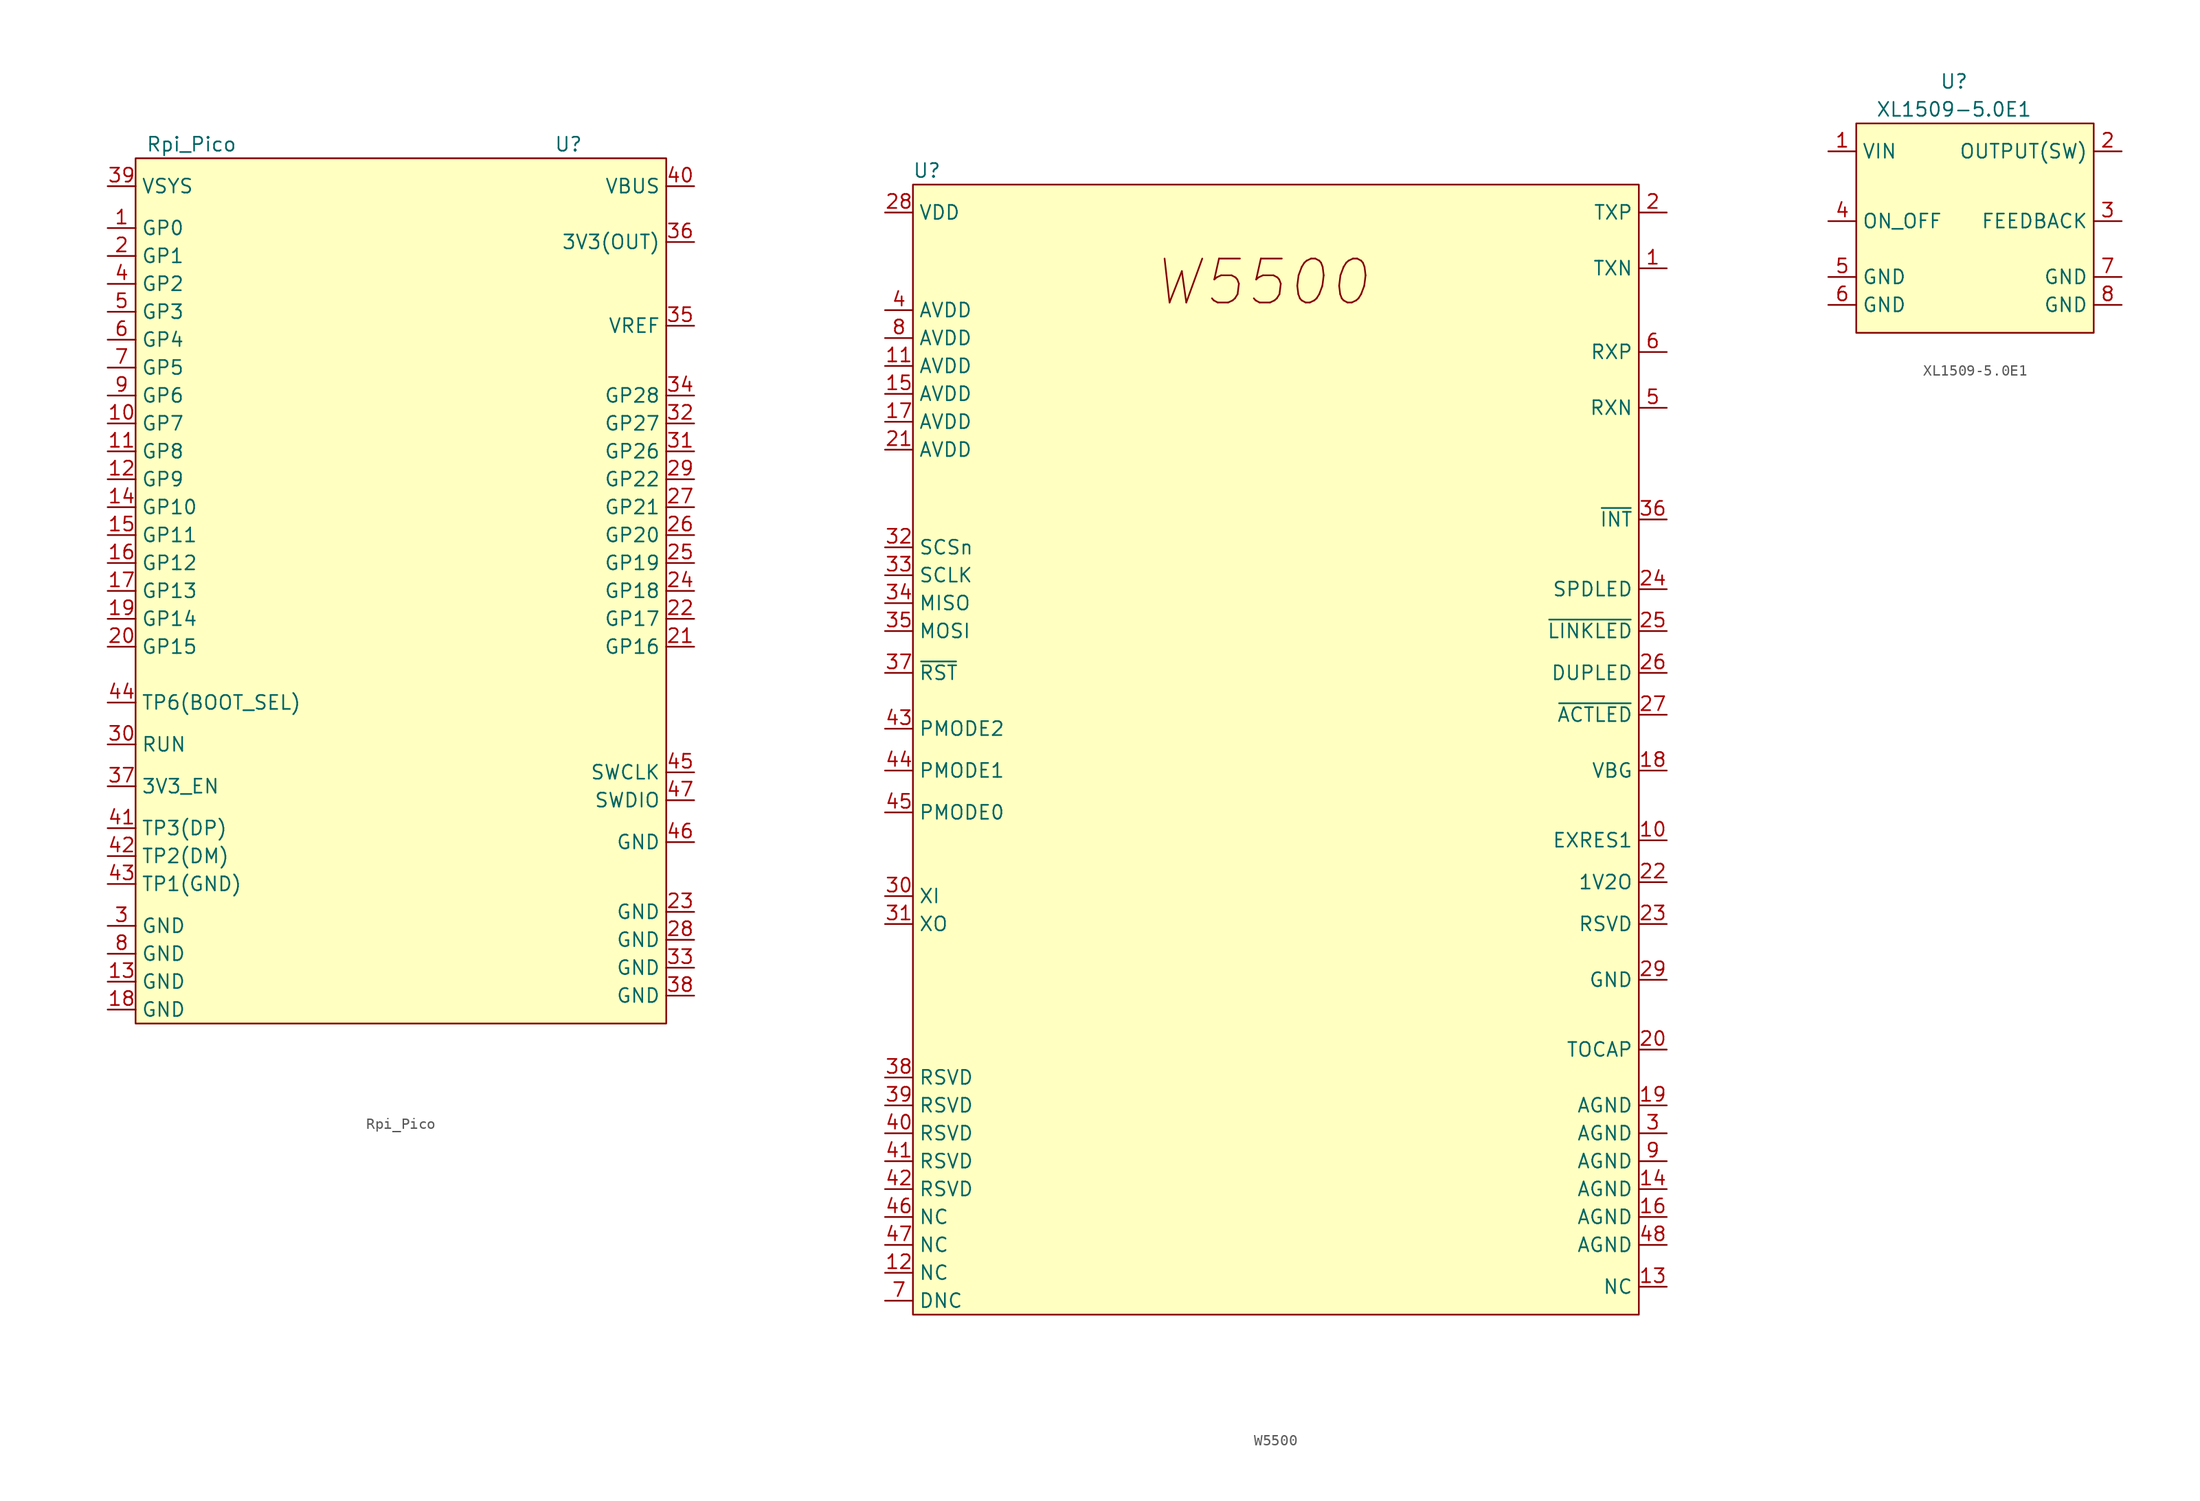
<source format=kicad_sym>
(kicad_symbol_lib
  (version 20220914)
  (generator kicad_symbol_editor)
  (symbol "Rpi_Pico"
    (property "Reference" "U"
      (at 39.37 1.27 0)
      (effects (font (size 1.27 1.27))))
    (property "Value" "Rpi_Pico"
      (at 5.08 1.27 0)
      (effects (font (size 1.27 1.27))))
    (symbol "Rpi_Pico_0_1"
      (rectangle (start 0 0) (end 48.26 -78.74) (stroke (width 0.152) (type default)) (fill (type background))))
    (symbol "Rpi_Pico_1_1"
      (pin passive line (at -2.54 -6.35 0) (length 2.54) (name "GP0" (effects (font (size 1.27 1.27)))) (number "1" (effects (font (size 1.27 1.27)))))
      (pin passive line (at -2.54 -24.13 0) (length 2.54) (name "GP7" (effects (font (size 1.27 1.27)))) (number "10" (effects (font (size 1.27 1.27)))))
      (pin passive line (at -2.54 -26.67 0) (length 2.54) (name "GP8" (effects (font (size 1.27 1.27)))) (number "11" (effects (font (size 1.27 1.27)))))
      (pin passive line (at -2.54 -29.21 0) (length 2.54) (name "GP9" (effects (font (size 1.27 1.27)))) (number "12" (effects (font (size 1.27 1.27)))))
      (pin power_in line (at -2.54 -74.93 0) (length 2.54) (name "GND" (effects (font (size 1.27 1.27)))) (number "13" (effects (font (size 1.27 1.27)))))
      (pin passive line (at -2.54 -31.75 0) (length 2.54) (name "GP10" (effects (font (size 1.27 1.27)))) (number "14" (effects (font (size 1.27 1.27)))))
      (pin passive line (at -2.54 -34.29 0) (length 2.54) (name "GP11" (effects (font (size 1.27 1.27)))) (number "15" (effects (font (size 1.27 1.27)))))
      (pin passive line (at -2.54 -36.83 0) (length 2.54) (name "GP12" (effects (font (size 1.27 1.27)))) (number "16" (effects (font (size 1.27 1.27)))))
      (pin passive line (at -2.54 -39.37 0) (length 2.54) (name "GP13" (effects (font (size 1.27 1.27)))) (number "17" (effects (font (size 1.27 1.27)))))
      (pin power_in line (at -2.54 -77.47 0) (length 2.54) (name "GND" (effects (font (size 1.27 1.27)))) (number "18" (effects (font (size 1.27 1.27)))))
      (pin passive line (at -2.54 -41.91 0) (length 2.54) (name "GP14" (effects (font (size 1.27 1.27)))) (number "19" (effects (font (size 1.27 1.27)))))
      (pin passive line (at -2.54 -8.89 0) (length 2.54) (name "GP1" (effects (font (size 1.27 1.27)))) (number "2" (effects (font (size 1.27 1.27)))))
      (pin passive line (at -2.54 -44.45 0) (length 2.54) (name "GP15" (effects (font (size 1.27 1.27)))) (number "20" (effects (font (size 1.27 1.27)))))
      (pin passive line (at 50.8 -44.45 180) (length 2.54) (name "GP16" (effects (font (size 1.27 1.27)))) (number "21" (effects (font (size 1.27 1.27)))))
      (pin passive line (at 50.8 -41.91 180) (length 2.54) (name "GP17" (effects (font (size 1.27 1.27)))) (number "22" (effects (font (size 1.27 1.27)))))
      (pin power_in line (at 50.8 -68.58 180) (length 2.54) (name "GND" (effects (font (size 1.27 1.27)))) (number "23" (effects (font (size 1.27 1.27)))))
      (pin passive line (at 50.8 -39.37 180) (length 2.54) (name "GP18" (effects (font (size 1.27 1.27)))) (number "24" (effects (font (size 1.27 1.27)))))
      (pin passive line (at 50.8 -36.83 180) (length 2.54) (name "GP19" (effects (font (size 1.27 1.27)))) (number "25" (effects (font (size 1.27 1.27)))))
      (pin passive line (at 50.8 -34.29 180) (length 2.54) (name "GP20" (effects (font (size 1.27 1.27)))) (number "26" (effects (font (size 1.27 1.27)))))
      (pin passive line (at 50.8 -31.75 180) (length 2.54) (name "GP21" (effects (font (size 1.27 1.27)))) (number "27" (effects (font (size 1.27 1.27)))))
      (pin power_in line (at 50.8 -71.12 180) (length 2.54) (name "GND" (effects (font (size 1.27 1.27)))) (number "28" (effects (font (size 1.27 1.27)))))
      (pin passive line (at 50.8 -29.21 180) (length 2.54) (name "GP22" (effects (font (size 1.27 1.27)))) (number "29" (effects (font (size 1.27 1.27)))))
      (pin power_in line (at -2.54 -69.85 0) (length 2.54) (name "GND" (effects (font (size 1.27 1.27)))) (number "3" (effects (font (size 1.27 1.27)))))
      (pin input line (at -2.54 -53.34 0) (length 2.54) (name "RUN" (effects (font (size 1.27 1.27)))) (number "30" (effects (font (size 1.27 1.27)))))
      (pin passive line (at 50.8 -26.67 180) (length 2.54) (name "GP26" (effects (font (size 1.27 1.27)))) (number "31" (effects (font (size 1.27 1.27)))))
      (pin passive line (at 50.8 -24.13 180) (length 2.54) (name "GP27" (effects (font (size 1.27 1.27)))) (number "32" (effects (font (size 1.27 1.27)))))
      (pin power_in line (at 50.8 -73.66 180) (length 2.54) (name "GND" (effects (font (size 1.27 1.27)))) (number "33" (effects (font (size 1.27 1.27)))))
      (pin passive line (at 50.8 -21.59 180) (length 2.54) (name "GP28" (effects (font (size 1.27 1.27)))) (number "34" (effects (font (size 1.27 1.27)))))
      (pin passive line (at 50.8 -15.24 180) (length 2.54) (name "VREF" (effects (font (size 1.27 1.27)))) (number "35" (effects (font (size 1.27 1.27)))))
      (pin power_out line (at 50.8 -7.62 180) (length 2.54) (name "3V3(OUT)" (effects (font (size 1.27 1.27)))) (number "36" (effects (font (size 1.27 1.27)))))
      (pin input line (at -2.54 -57.15 0) (length 2.54) (name "3V3_EN" (effects (font (size 1.27 1.27)))) (number "37" (effects (font (size 1.27 1.27)))))
      (pin power_in line (at 50.8 -76.2 180) (length 2.54) (name "GND" (effects (font (size 1.27 1.27)))) (number "38" (effects (font (size 1.27 1.27)))))
      (pin passive line (at -2.54 -2.54 0) (length 2.54) (name "VSYS" (effects (font (size 1.27 1.27)))) (number "39" (effects (font (size 1.27 1.27)))))
      (pin passive line (at -2.54 -11.43 0) (length 2.54) (name "GP2" (effects (font (size 1.27 1.27)))) (number "4" (effects (font (size 1.27 1.27)))))
      (pin passive line (at 50.8 -2.54 180) (length 2.54) (name "VBUS" (effects (font (size 1.27 1.27)))) (number "40" (effects (font (size 1.27 1.27)))))
      (pin passive line (at -2.54 -60.96 0) (length 2.54) (name "TP3(DP)" (effects (font (size 1.27 1.27)))) (number "41" (effects (font (size 1.27 1.27)))))
      (pin passive line (at -2.54 -63.5 0) (length 2.54) (name "TP2(DM)" (effects (font (size 1.27 1.27)))) (number "42" (effects (font (size 1.27 1.27)))))
      (pin power_in line (at -2.54 -66.04 0) (length 2.54) (name "TP1(GND)" (effects (font (size 1.27 1.27)))) (number "43" (effects (font (size 1.27 1.27)))))
      (pin passive line (at -2.54 -49.53 0) (length 2.54) (name "TP6(BOOT_SEL)" (effects (font (size 1.27 1.27)))) (number "44" (effects (font (size 1.27 1.27)))))
      (pin input line (at 50.8 -55.88 180) (length 2.54) (name "SWCLK" (effects (font (size 1.27 1.27)))) (number "45" (effects (font (size 1.27 1.27)))))
      (pin passive line (at 50.8 -62.23 180) (length 2.54) (name "GND" (effects (font (size 1.27 1.27)))) (number "46" (effects (font (size 1.27 1.27)))))
      (pin bidirectional line (at 50.8 -58.42 180) (length 2.54) (name "SWDIO" (effects (font (size 1.27 1.27)))) (number "47" (effects (font (size 1.27 1.27)))))
      (pin passive line (at -2.54 -13.97 0) (length 2.54) (name "GP3" (effects (font (size 1.27 1.27)))) (number "5" (effects (font (size 1.27 1.27)))))
      (pin passive line (at -2.54 -16.51 0) (length 2.54) (name "GP4" (effects (font (size 1.27 1.27)))) (number "6" (effects (font (size 1.27 1.27)))))
      (pin passive line (at -2.54 -19.05 0) (length 2.54) (name "GP5" (effects (font (size 1.27 1.27)))) (number "7" (effects (font (size 1.27 1.27)))))
      (pin power_in line (at -2.54 -72.39 0) (length 2.54) (name "GND" (effects (font (size 1.27 1.27)))) (number "8" (effects (font (size 1.27 1.27)))))
      (pin passive line (at -2.54 -21.59 0) (length 2.54) (name "GP6" (effects (font (size 1.27 1.27)))) (number "9" (effects (font (size 1.27 1.27)))))))
  (symbol "W5500"
    (property "Reference" "U"
      (at 1.27 1.27 0)
      (effects (font (size 1.27 1.27))))
    (symbol "W5500_0_0"
      (pin passive line (at 68.58 -7.62 180) (length 2.54) (name "TXN" (effects (font (size 1.27 1.27)))) (number "1" (effects (font (size 1.27 1.27)))))
      (pin passive line (at 68.58 -59.69 180) (length 2.54) (name "EXRES1" (effects (font (size 1.27 1.27)))) (number "10" (effects (font (size 1.27 1.27)))))
      (pin power_in line (at -2.54 -16.51 0) (length 2.54) (name "AVDD" (effects (font (size 1.27 1.27)))) (number "11" (effects (font (size 1.27 1.27)))))
      (pin passive line (at -2.54 -99.06 0) (length 2.54) (name "NC" (effects (font (size 1.27 1.27)))) (number "12" (effects (font (size 1.27 1.27)))))
      (pin passive line (at 68.58 -100.33 180) (length 2.54) (name "NC" (effects (font (size 1.27 1.27)))) (number "13" (effects (font (size 1.27 1.27)))))
      (pin power_in line (at 68.58 -91.44 180) (length 2.54) (name "AGND" (effects (font (size 1.27 1.27)))) (number "14" (effects (font (size 1.27 1.27)))))
      (pin power_in line (at -2.54 -19.05 0) (length 2.54) (name "AVDD" (effects (font (size 1.27 1.27)))) (number "15" (effects (font (size 1.27 1.27)))))
      (pin power_in line (at 68.58 -93.98 180) (length 2.54) (name "AGND" (effects (font (size 1.27 1.27)))) (number "16" (effects (font (size 1.27 1.27)))))
      (pin power_in line (at -2.54 -21.59 0) (length 2.54) (name "AVDD" (effects (font (size 1.27 1.27)))) (number "17" (effects (font (size 1.27 1.27)))))
      (pin passive line (at 68.58 -53.34 180) (length 2.54) (name "VBG" (effects (font (size 1.27 1.27)))) (number "18" (effects (font (size 1.27 1.27)))))
      (pin power_in line (at 68.58 -83.82 180) (length 2.54) (name "AGND" (effects (font (size 1.27 1.27)))) (number "19" (effects (font (size 1.27 1.27)))))
      (pin passive line (at 68.58 -2.54 180) (length 2.54) (name "TXP" (effects (font (size 1.27 1.27)))) (number "2" (effects (font (size 1.27 1.27)))))
      (pin passive line (at 68.58 -78.74 180) (length 2.54) (name "TOCAP" (effects (font (size 1.27 1.27)))) (number "20" (effects (font (size 1.27 1.27)))))
      (pin power_in line (at -2.54 -24.13 0) (length 2.54) (name "AVDD" (effects (font (size 1.27 1.27)))) (number "21" (effects (font (size 1.27 1.27)))))
      (pin power_out line (at 68.58 -63.5 180) (length 2.54) (name "1V2O" (effects (font (size 1.27 1.27)))) (number "22" (effects (font (size 1.27 1.27)))))
      (pin passive line (at 68.58 -67.31 180) (length 2.54) (name "RSVD" (effects (font (size 1.27 1.27)))) (number "23" (effects (font (size 1.27 1.27)))))
      (pin output line (at 68.58 -36.83 180) (length 2.54) (name "SPDLED" (effects (font (size 1.27 1.27)))) (number "24" (effects (font (size 1.27 1.27)))))
      (pin output line (at 68.58 -40.64 180) (length 2.54) (name "~{LINKLED}" (effects (font (size 1.27 1.27)))) (number "25" (effects (font (size 1.27 1.27)))))
      (pin output line (at 68.58 -44.45 180) (length 2.54) (name "DUPLED" (effects (font (size 1.27 1.27)))) (number "26" (effects (font (size 1.27 1.27)))))
      (pin output line (at 68.58 -48.26 180) (length 2.54) (name "~{ACTLED}" (effects (font (size 1.27 1.27)))) (number "27" (effects (font (size 1.27 1.27)))))
      (pin power_in line (at -2.54 -2.54 0) (length 2.54) (name "VDD" (effects (font (size 1.27 1.27)))) (number "28" (effects (font (size 1.27 1.27)))))
      (pin power_in line (at 68.58 -72.39 180) (length 2.54) (name "GND" (effects (font (size 1.27 1.27)))) (number "29" (effects (font (size 1.27 1.27)))))
      (pin power_in line (at 68.58 -86.36 180) (length 2.54) (name "AGND" (effects (font (size 1.27 1.27)))) (number "3" (effects (font (size 1.27 1.27)))))
      (pin input line (at -2.54 -64.77 0) (length 2.54) (name "XI" (effects (font (size 1.27 1.27)))) (number "30" (effects (font (size 1.27 1.27)))) (alternate "CLKIN" input clock))
      (pin output line (at -2.54 -67.31 0) (length 2.54) (name "XO" (effects (font (size 1.27 1.27)))) (number "31" (effects (font (size 1.27 1.27)))))
      (pin input line (at -2.54 -33.02 0) (length 2.54) (name "SCSn" (effects (font (size 1.27 1.27)))) (number "32" (effects (font (size 1.27 1.27)))))
      (pin input line (at -2.54 -35.56 0) (length 2.54) (name "SCLK" (effects (font (size 1.27 1.27)))) (number "33" (effects (font (size 1.27 1.27)))))
      (pin output line (at -2.54 -38.1 0) (length 2.54) (name "MISO" (effects (font (size 1.27 1.27)))) (number "34" (effects (font (size 1.27 1.27)))))
      (pin input line (at -2.54 -40.64 0) (length 2.54) (name "MOSI" (effects (font (size 1.27 1.27)))) (number "35" (effects (font (size 1.27 1.27)))))
      (pin output line (at 68.58 -30.48 180) (length 2.54) (name "~{INT}" (effects (font (size 1.27 1.27)))) (number "36" (effects (font (size 1.27 1.27)))))
      (pin input line (at -2.54 -44.45 0) (length 2.54) (name "~{RST}" (effects (font (size 1.27 1.27)))) (number "37" (effects (font (size 1.27 1.27)))))
      (pin passive line (at -2.54 -81.28 0) (length 2.54) (name "RSVD" (effects (font (size 1.27 1.27)))) (number "38" (effects (font (size 1.27 1.27)))))
      (pin passive line (at -2.54 -83.82 0) (length 2.54) (name "RSVD" (effects (font (size 1.27 1.27)))) (number "39" (effects (font (size 1.27 1.27)))))
      (pin power_in line (at -2.54 -11.43 0) (length 2.54) (name "AVDD" (effects (font (size 1.27 1.27)))) (number "4" (effects (font (size 1.27 1.27)))))
      (pin passive line (at -2.54 -86.36 0) (length 2.54) (name "RSVD" (effects (font (size 1.27 1.27)))) (number "40" (effects (font (size 1.27 1.27)))))
      (pin passive line (at -2.54 -88.9 0) (length 2.54) (name "RSVD" (effects (font (size 1.27 1.27)))) (number "41" (effects (font (size 1.27 1.27)))))
      (pin passive line (at -2.54 -91.44 0) (length 2.54) (name "RSVD" (effects (font (size 1.27 1.27)))) (number "42" (effects (font (size 1.27 1.27)))))
      (pin input line (at -2.54 -49.53 0) (length 2.54) (name "PMODE2" (effects (font (size 1.27 1.27)))) (number "43" (effects (font (size 1.27 1.27)))))
      (pin input line (at -2.54 -53.34 0) (length 2.54) (name "PMODE1" (effects (font (size 1.27 1.27)))) (number "44" (effects (font (size 1.27 1.27)))))
      (pin input line (at -2.54 -57.15 0) (length 2.54) (name "PMODE0" (effects (font (size 1.27 1.27)))) (number "45" (effects (font (size 1.27 1.27)))))
      (pin passive line (at -2.54 -93.98 0) (length 2.54) (name "NC" (effects (font (size 1.27 1.27)))) (number "46" (effects (font (size 1.27 1.27)))))
      (pin passive line (at -2.54 -96.52 0) (length 2.54) (name "NC" (effects (font (size 1.27 1.27)))) (number "47" (effects (font (size 1.27 1.27)))))
      (pin power_in line (at 68.58 -96.52 180) (length 2.54) (name "AGND" (effects (font (size 1.27 1.27)))) (number "48" (effects (font (size 1.27 1.27)))))
      (pin passive line (at 68.58 -20.32 180) (length 2.54) (name "RXN" (effects (font (size 1.27 1.27)))) (number "5" (effects (font (size 1.27 1.27)))))
      (pin passive line (at 68.58 -15.24 180) (length 2.54) (name "RXP" (effects (font (size 1.27 1.27)))) (number "6" (effects (font (size 1.27 1.27)))))
      (pin passive line (at -2.54 -101.6 0) (length 2.54) (name "DNC" (effects (font (size 1.27 1.27)))) (number "7" (effects (font (size 1.27 1.27)))))
      (pin power_in line (at -2.54 -13.97 0) (length 2.54) (name "AVDD" (effects (font (size 1.27 1.27)))) (number "8" (effects (font (size 1.27 1.27)))))
      (pin power_in line (at 68.58 -88.9 180) (length 2.54) (name "AGND" (effects (font (size 1.27 1.27)))) (number "9" (effects (font (size 1.27 1.27))))))
    (symbol "W5500_0_1"
      (rectangle (start 0 0) (end 66.04 -102.87) (stroke (width 0) (type default)) (fill (type background)))
      (text "W5500" (at 31.75 -8.89 0) (effects (font (size 4 4) italic)))))
  (symbol "XL1509-5.0E1"
    (property "Reference" "U"
      (at 0 6.35 0)
      (effects (font (size 1.27 1.27))))
    (property "Value" "XL1509-5.0E1"
      (at 0 3.81 0)
      (effects (font (size 1.27 1.27))))
    (symbol "XL1509-5.0E1_0_1"
      (rectangle (start -8.89 2.54) (end 12.7 -16.51) (stroke (width 0.152) (type default)) (fill (type background))))
    (symbol "XL1509-5.0E1_1_1"
      (pin power_in line (at -11.43 0 0) (length 2.54) (name "VIN" (effects (font (size 1.27 1.27)))) (number "1" (effects (font (size 1.27 1.27)))))
      (pin power_out line (at 15.24 0 180) (length 2.54) (name "OUTPUT(SW)" (effects (font (size 1.27 1.27)))) (number "2" (effects (font (size 1.27 1.27)))))
      (pin passive line (at 15.24 -6.35 180) (length 2.54) (name "FEEDBACK" (effects (font (size 1.27 1.27)))) (number "3" (effects (font (size 1.27 1.27)))))
      (pin passive line (at -11.43 -6.35 0) (length 2.54) (name "ON_OFF" (effects (font (size 1.27 1.27)))) (number "4" (effects (font (size 1.27 1.27)))))
      (pin passive line (at -11.43 -11.43 0) (length 2.54) (name "GND" (effects (font (size 1.27 1.27)))) (number "5" (effects (font (size 1.27 1.27)))))
      (pin passive line (at -11.43 -13.97 0) (length 2.54) (name "GND" (effects (font (size 1.27 1.27)))) (number "6" (effects (font (size 1.27 1.27)))))
      (pin passive line (at 15.24 -11.43 180) (length 2.54) (name "GND" (effects (font (size 1.27 1.27)))) (number "7" (effects (font (size 1.27 1.27)))))
      (pin passive line (at 15.24 -13.97 180) (length 2.54) (name "GND" (effects (font (size 1.27 1.27)))) (number "8" (effects (font (size 1.27 1.27))))))))
</source>
